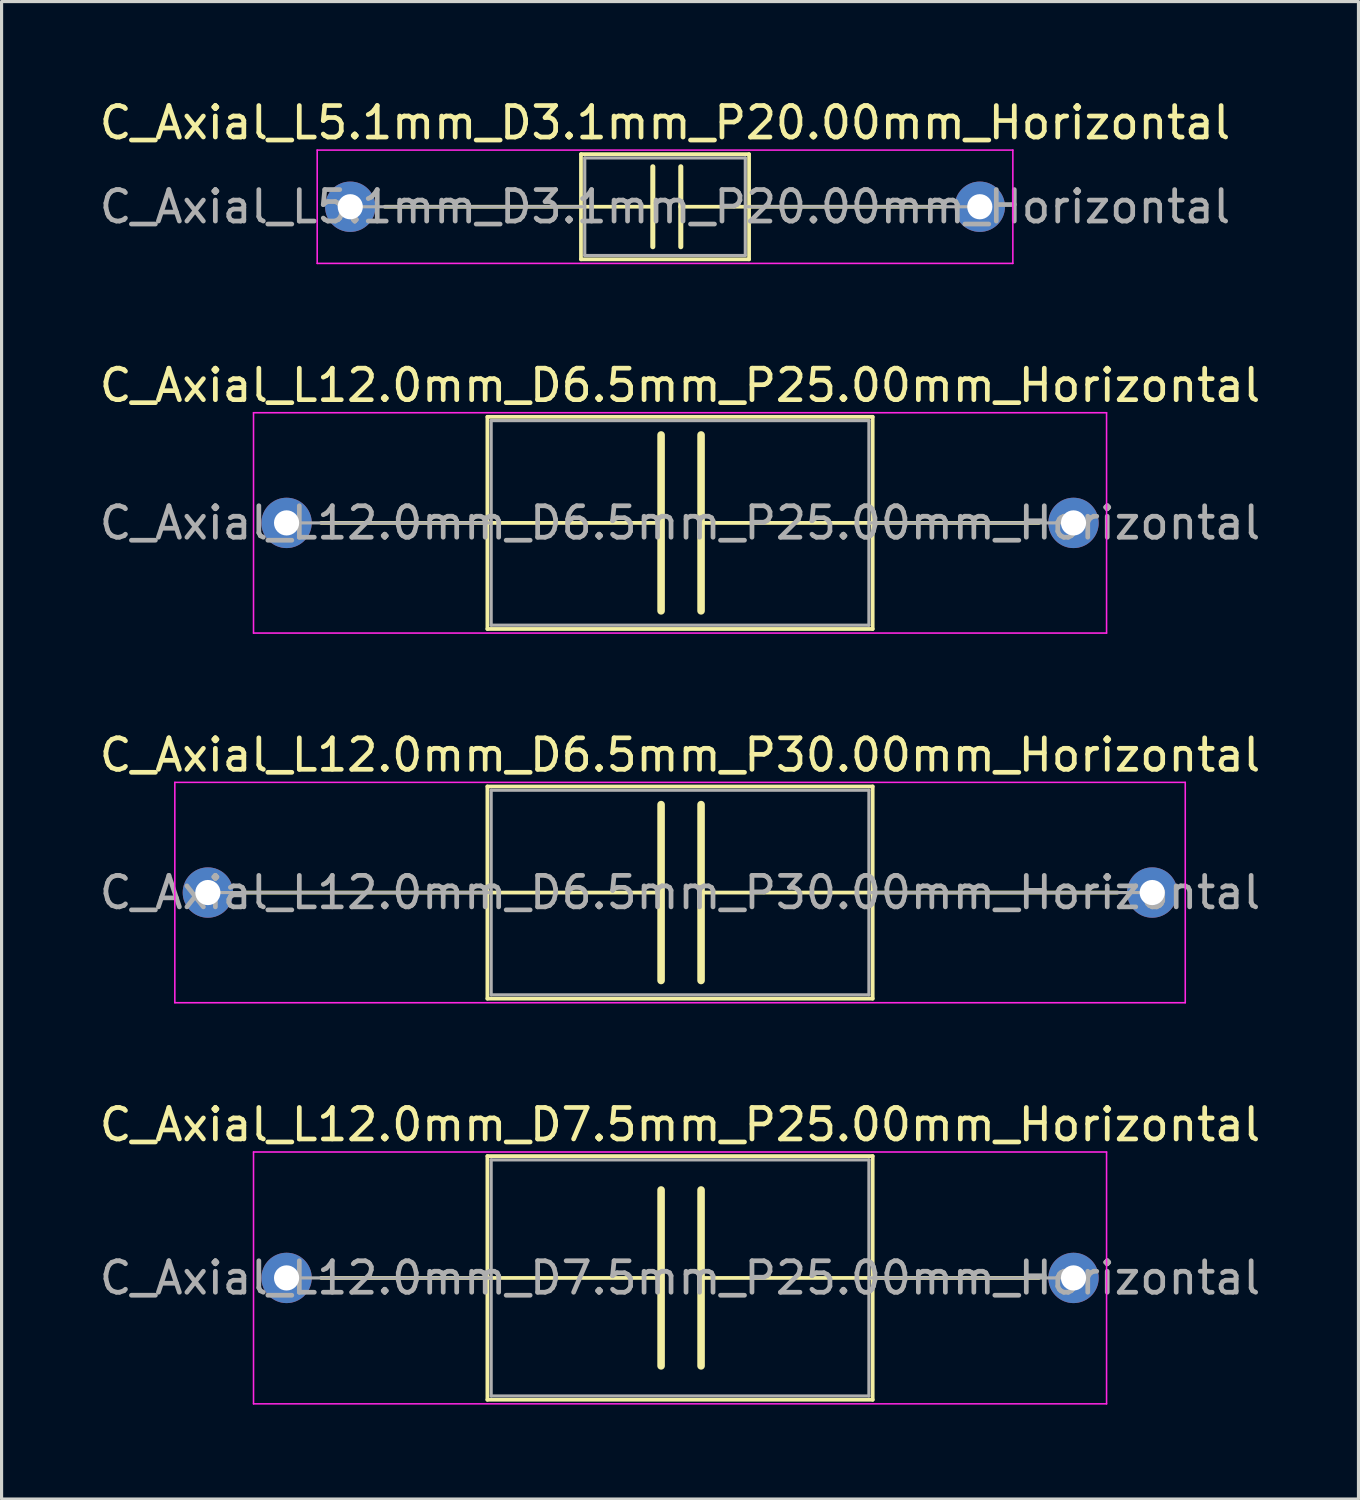
<source format=kicad_pcb>
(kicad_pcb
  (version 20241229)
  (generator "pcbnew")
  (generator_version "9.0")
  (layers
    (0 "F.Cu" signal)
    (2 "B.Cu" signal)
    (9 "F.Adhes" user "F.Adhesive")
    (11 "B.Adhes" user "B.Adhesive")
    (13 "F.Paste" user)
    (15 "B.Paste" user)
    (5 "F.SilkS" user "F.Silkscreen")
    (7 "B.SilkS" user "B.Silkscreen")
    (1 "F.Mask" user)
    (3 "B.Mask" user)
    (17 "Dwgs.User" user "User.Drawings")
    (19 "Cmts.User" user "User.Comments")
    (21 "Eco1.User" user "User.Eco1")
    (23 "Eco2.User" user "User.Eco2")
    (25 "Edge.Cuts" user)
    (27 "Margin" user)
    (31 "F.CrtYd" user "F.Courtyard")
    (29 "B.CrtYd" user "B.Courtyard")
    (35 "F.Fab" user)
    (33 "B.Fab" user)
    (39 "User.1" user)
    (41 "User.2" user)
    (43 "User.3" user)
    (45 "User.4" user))
  (footprint "C_Axial_L12.0mm_D7.5mm_P25.00mm_Horizontal"
    (layer "F.Cu")
    (at 6.054 37.548)
    (property "Reference" "C_Axial_L12.0mm_D7.5mm_P25.00mm_Horizontal" (at 12.5 -4.87 0) (layer "F.SilkS") (effects (font (size 1 1) (thickness 0.15))))
    (attr through_hole)
    (fp_line (start 1.1 0) (end 6.38 0) (stroke (width 0.12) (type solid)) (layer "F.SilkS"))
    (fp_line (start 6.38 -3.87) (end 6.38 3.87) (stroke (width 0.12) (type solid)) (layer "F.SilkS"))
    (fp_line (start 6.38 0) (end 11.898 0) (stroke (width 0.12) (type solid)) (layer "F.SilkS"))
    (fp_line (start 6.38 3.87) (end 18.62 3.87) (stroke (width 0.12) (type solid)) (layer "F.SilkS"))
    (fp_line (start 11.898 -2.794) (end 11.898 2.794) (stroke (width 0.24) (type solid)) (layer "F.SilkS"))
    (fp_line (start 13.168 2.794) (end 13.168 -2.794) (stroke (width 0.24) (type solid)) (layer "F.SilkS"))
    (fp_line (start 18.62 -3.87) (end 6.38 -3.87) (stroke (width 0.12) (type solid)) (layer "F.SilkS"))
    (fp_line (start 18.62 0) (end 13.168 0) (stroke (width 0.12) (type solid)) (layer "F.SilkS"))
    (fp_line (start 18.62 3.87) (end 18.62 -3.87) (stroke (width 0.12) (type solid)) (layer "F.SilkS"))
    (fp_line (start 23.9 0) (end 18.62 0) (stroke (width 0.12) (type solid)) (layer "F.SilkS"))
    (fp_line (start -1.05 -4) (end -1.05 4) (stroke (width 0.05) (type solid)) (layer "F.CrtYd"))
    (fp_line (start -1.05 4) (end 26.05 4) (stroke (width 0.05) (type solid)) (layer "F.CrtYd"))
    (fp_line (start 26.05 -4) (end -1.05 -4) (stroke (width 0.05) (type solid)) (layer "F.CrtYd"))
    (fp_line (start 26.05 4) (end 26.05 -4) (stroke (width 0.05) (type solid)) (layer "F.CrtYd"))
    (fp_line (start 0 0) (end 6.5 0) (stroke (width 0.1) (type solid)) (layer "F.Fab"))
    (fp_line (start 6.5 -3.75) (end 6.5 3.75) (stroke (width 0.1) (type solid)) (layer "F.Fab"))
    (fp_line (start 6.5 3.75) (end 18.5 3.75) (stroke (width 0.1) (type solid)) (layer "F.Fab"))
    (fp_line (start 18.5 -3.75) (end 6.5 -3.75) (stroke (width 0.1) (type solid)) (layer "F.Fab"))
    (fp_line (start 18.5 3.75) (end 18.5 -3.75) (stroke (width 0.1) (type solid)) (layer "F.Fab"))
    (fp_line (start 25 0) (end 18.5 0) (stroke (width 0.1) (type solid)) (layer "F.Fab"))
    (fp_text user "${REFERENCE}" (at 12.5 0 0) (layer "F.Fab") (effects (font (size 1 1) (thickness 0.15))))
    (pad "1" thru_hole circle (at 0 0) (size 1.6 1.6) (drill 0.8) (layers "*.Cu" "*.Mask"))
    (pad "2" thru_hole oval (at 25 0) (size 1.6 1.6) (drill 0.8) (layers "*.Cu" "*.Mask")))
  (footprint "C_Axial_L12.0mm_D6.5mm_P25.00mm_Horizontal"
    (layer "F.Cu")
    (at 6.054 13.562)
    (property "Reference" "C_Axial_L12.0mm_D6.5mm_P25.00mm_Horizontal" (at 12.5 -4.37 0) (layer "F.SilkS") (effects (font (size 1 1) (thickness 0.15))))
    (attr through_hole)
    (fp_line (start 1.1 0) (end 6.38 0) (stroke (width 0.12) (type solid)) (layer "F.SilkS"))
    (fp_line (start 6.38 -3.37) (end 6.38 3.37) (stroke (width 0.12) (type solid)) (layer "F.SilkS"))
    (fp_line (start 6.38 0) (end 11.898 0) (stroke (width 0.12) (type solid)) (layer "F.SilkS"))
    (fp_line (start 6.38 3.37) (end 18.62 3.37) (stroke (width 0.12) (type solid)) (layer "F.SilkS"))
    (fp_line (start 11.898 -2.794) (end 11.898 2.794) (stroke (width 0.24) (type solid)) (layer "F.SilkS"))
    (fp_line (start 13.168 2.794) (end 13.168 -2.794) (stroke (width 0.24) (type solid)) (layer "F.SilkS"))
    (fp_line (start 18.62 -3.37) (end 6.38 -3.37) (stroke (width 0.12) (type solid)) (layer "F.SilkS"))
    (fp_line (start 18.62 0) (end 13.168 0) (stroke (width 0.12) (type solid)) (layer "F.SilkS"))
    (fp_line (start 18.62 3.37) (end 18.62 -3.37) (stroke (width 0.12) (type solid)) (layer "F.SilkS"))
    (fp_line (start 23.9 0) (end 18.62 0) (stroke (width 0.12) (type solid)) (layer "F.SilkS"))
    (fp_line (start -1.05 -3.5) (end -1.05 3.5) (stroke (width 0.05) (type solid)) (layer "F.CrtYd"))
    (fp_line (start -1.05 3.5) (end 26.05 3.5) (stroke (width 0.05) (type solid)) (layer "F.CrtYd"))
    (fp_line (start 26.05 -3.5) (end -1.05 -3.5) (stroke (width 0.05) (type solid)) (layer "F.CrtYd"))
    (fp_line (start 26.05 3.5) (end 26.05 -3.5) (stroke (width 0.05) (type solid)) (layer "F.CrtYd"))
    (fp_line (start 0 0) (end 6.5 0) (stroke (width 0.1) (type solid)) (layer "F.Fab"))
    (fp_line (start 6.5 -3.25) (end 6.5 3.25) (stroke (width 0.1) (type solid)) (layer "F.Fab"))
    (fp_line (start 6.5 3.25) (end 18.5 3.25) (stroke (width 0.1) (type solid)) (layer "F.Fab"))
    (fp_line (start 18.5 -3.25) (end 6.5 -3.25) (stroke (width 0.1) (type solid)) (layer "F.Fab"))
    (fp_line (start 18.5 3.25) (end 18.5 -3.25) (stroke (width 0.1) (type solid)) (layer "F.Fab"))
    (fp_line (start 25 0) (end 18.5 0) (stroke (width 0.1) (type solid)) (layer "F.Fab"))
    (fp_text user "${REFERENCE}" (at 12.5 0 0) (layer "F.Fab") (effects (font (size 1 1) (thickness 0.15))))
    (pad "1" thru_hole circle (at 0 0) (size 1.6 1.6) (drill 0.8) (layers "*.Cu" "*.Mask"))
    (pad "2" thru_hole oval (at 25 0) (size 1.6 1.6) (drill 0.8) (layers "*.Cu" "*.Mask")))
  (footprint "C_Axial_L5.1mm_D3.1mm_P20.00mm_Horizontal"
    (layer "F.Cu")
    (at 8.077 3.518)
    (property "Reference" "C_Axial_L5.1mm_D3.1mm_P20.00mm_Horizontal" (at 10 -2.67 0) (layer "F.SilkS") (effects (font (size 1 1) (thickness 0.15))))
    (attr through_hole)
    (fp_line (start 1.1 0) (end 7.33 0) (stroke (width 0.12) (type solid)) (layer "F.SilkS"))
    (fp_line (start 7.33 -1.67) (end 7.33 1.67) (stroke (width 0.12) (type solid)) (layer "F.SilkS"))
    (fp_line (start 7.33 0) (end 9.612 0) (stroke (width 0.12) (type solid)) (layer "F.SilkS"))
    (fp_line (start 7.33 1.67) (end 12.67 1.67) (stroke (width 0.12) (type solid)) (layer "F.SilkS"))
    (fp_line (start 9.612 0) (end 9.612 -1.27) (stroke (width 0.16) (type solid)) (layer "F.SilkS"))
    (fp_line (start 9.612 0) (end 9.612 1.27) (stroke (width 0.16) (type solid)) (layer "F.SilkS"))
    (fp_line (start 10.501 0) (end 10.501 -1.27) (stroke (width 0.16) (type solid)) (layer "F.SilkS"))
    (fp_line (start 10.501 0) (end 10.501 1.27) (stroke (width 0.16) (type solid)) (layer "F.SilkS"))
    (fp_line (start 12.67 -1.67) (end 7.33 -1.67) (stroke (width 0.12) (type solid)) (layer "F.SilkS"))
    (fp_line (start 12.67 0) (end 10.501 0) (stroke (width 0.12) (type solid)) (layer "F.SilkS"))
    (fp_line (start 12.67 1.67) (end 12.67 -1.67) (stroke (width 0.12) (type solid)) (layer "F.SilkS"))
    (fp_line (start 18.9 0) (end 12.67 0) (stroke (width 0.12) (type solid)) (layer "F.SilkS"))
    (fp_line (start -1.05 -1.8) (end -1.05 1.8) (stroke (width 0.05) (type solid)) (layer "F.CrtYd"))
    (fp_line (start -1.05 1.8) (end 21.05 1.8) (stroke (width 0.05) (type solid)) (layer "F.CrtYd"))
    (fp_line (start 21.05 -1.8) (end -1.05 -1.8) (stroke (width 0.05) (type solid)) (layer "F.CrtYd"))
    (fp_line (start 21.05 1.8) (end 21.05 -1.8) (stroke (width 0.05) (type solid)) (layer "F.CrtYd"))
    (fp_line (start 0 0) (end 7.45 0) (stroke (width 0.1) (type solid)) (layer "F.Fab"))
    (fp_line (start 7.45 -1.55) (end 7.45 1.55) (stroke (width 0.1) (type solid)) (layer "F.Fab"))
    (fp_line (start 7.45 1.55) (end 12.55 1.55) (stroke (width 0.1) (type solid)) (layer "F.Fab"))
    (fp_line (start 12.55 -1.55) (end 7.45 -1.55) (stroke (width 0.1) (type solid)) (layer "F.Fab"))
    (fp_line (start 12.55 1.55) (end 12.55 -1.55) (stroke (width 0.1) (type solid)) (layer "F.Fab"))
    (fp_line (start 20 0) (end 12.55 0) (stroke (width 0.1) (type solid)) (layer "F.Fab"))
    (fp_text user "${REFERENCE}" (at 10 0 0) (layer "F.Fab") (effects (font (size 1 1) (thickness 0.15))))
    (pad "1" thru_hole circle (at 0 0) (size 1.6 1.6) (drill 0.8) (layers "*.Cu" "*.Mask"))
    (pad "2" thru_hole oval (at 20 0) (size 1.6 1.6) (drill 0.8) (layers "*.Cu" "*.Mask")))
  (footprint "C_Axial_L12.0mm_D6.5mm_P30.00mm_Horizontal"
    (layer "F.Cu")
    (at 3.554 25.305)
    (property "Reference" "C_Axial_L12.0mm_D6.5mm_P30.00mm_Horizontal" (at 15 -4.37 0) (layer "F.SilkS") (effects (font (size 1 1) (thickness 0.15))))
    (attr through_hole)
    (fp_line (start 1.1 0) (end 8.88 0) (stroke (width 0.12) (type solid)) (layer "F.SilkS"))
    (fp_line (start 8.88 -3.37) (end 8.88 3.37) (stroke (width 0.12) (type solid)) (layer "F.SilkS"))
    (fp_line (start 8.88 0) (end 14.398 0) (stroke (width 0.12) (type solid)) (layer "F.SilkS"))
    (fp_line (start 8.88 3.37) (end 21.12 3.37) (stroke (width 0.12) (type solid)) (layer "F.SilkS"))
    (fp_line (start 14.398 -2.794) (end 14.398 2.794) (stroke (width 0.24) (type solid)) (layer "F.SilkS"))
    (fp_line (start 15.668 2.794) (end 15.668 -2.794) (stroke (width 0.24) (type solid)) (layer "F.SilkS"))
    (fp_line (start 21.12 -3.37) (end 8.88 -3.37) (stroke (width 0.12) (type solid)) (layer "F.SilkS"))
    (fp_line (start 21.12 0) (end 15.668 0) (stroke (width 0.12) (type solid)) (layer "F.SilkS"))
    (fp_line (start 21.12 3.37) (end 21.12 -3.37) (stroke (width 0.12) (type solid)) (layer "F.SilkS"))
    (fp_line (start 28.9 0) (end 21.12 0) (stroke (width 0.12) (type solid)) (layer "F.SilkS"))
    (fp_line (start -1.05 -3.5) (end -1.05 3.5) (stroke (width 0.05) (type solid)) (layer "F.CrtYd"))
    (fp_line (start -1.05 3.5) (end 31.05 3.5) (stroke (width 0.05) (type solid)) (layer "F.CrtYd"))
    (fp_line (start 31.05 -3.5) (end -1.05 -3.5) (stroke (width 0.05) (type solid)) (layer "F.CrtYd"))
    (fp_line (start 31.05 3.5) (end 31.05 -3.5) (stroke (width 0.05) (type solid)) (layer "F.CrtYd"))
    (fp_line (start 0 0) (end 9 0) (stroke (width 0.1) (type solid)) (layer "F.Fab"))
    (fp_line (start 9 -3.25) (end 9 3.25) (stroke (width 0.1) (type solid)) (layer "F.Fab"))
    (fp_line (start 9 3.25) (end 21 3.25) (stroke (width 0.1) (type solid)) (layer "F.Fab"))
    (fp_line (start 21 -3.25) (end 9 -3.25) (stroke (width 0.1) (type solid)) (layer "F.Fab"))
    (fp_line (start 21 3.25) (end 21 -3.25) (stroke (width 0.1) (type solid)) (layer "F.Fab"))
    (fp_line (start 30 0) (end 21 0) (stroke (width 0.1) (type solid)) (layer "F.Fab"))
    (fp_text user "${REFERENCE}" (at 15 0 0) (layer "F.Fab") (effects (font (size 1 1) (thickness 0.15))))
    (pad "1" thru_hole circle (at 0 0) (size 1.6 1.6) (drill 0.8) (layers "*.Cu" "*.Mask"))
    (pad "2" thru_hole oval (at 30 0) (size 1.6 1.6) (drill 0.8) (layers "*.Cu" "*.Mask")))
  (gr_rect
    (start -3 -3)
    (end 40.107 44.573)
    (stroke (width 0.1) (type default))
    (fill no)
    (layer "Edge.Cuts")))
</source>
